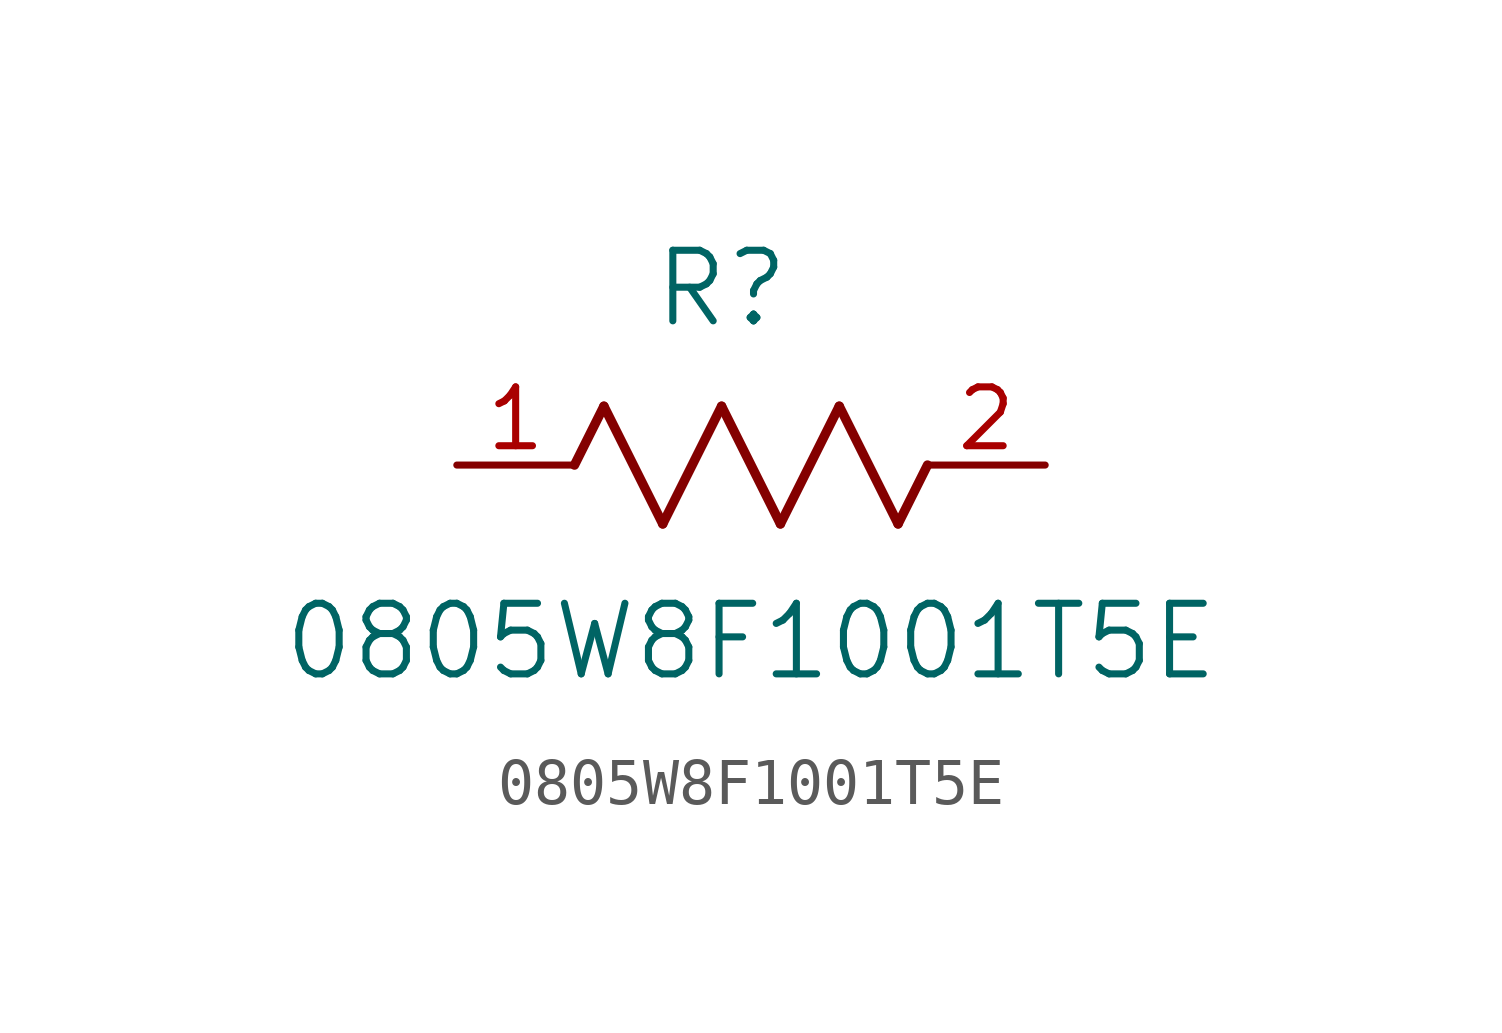
<source format=kicad_sym>
(kicad_symbol_lib
  (version 20211014)
  (generator kicad_symbol_editor)
  (symbol "0805W8F1001T5E"
    (pin_names
      (offset 0.254))
    (property "Reference" "R"
      (at 5.715 3.81 0)
      (effects (font (size 1.524 1.524))))
    (property "Value" "0805W8F1001T5E"
      (at 6.35 -3.81 0)
      (effects (font (size 1.524 1.524))))
    (symbol "0805W8F1001T5E_0_1"
      (polyline (pts (xy 3.175 1.27) (xy 4.445 -1.27)) (stroke (width 0.203) (type default) (color 0 0 0 0)) (fill (type none)))
      (polyline (pts (xy 4.445 -1.27) (xy 5.715 1.27)) (stroke (width 0.203) (type default) (color 0 0 0 0)) (fill (type none)))
      (polyline (pts (xy 5.715 1.27) (xy 6.985 -1.27)) (stroke (width 0.203) (type default) (color 0 0 0 0)) (fill (type none)))
      (polyline (pts (xy 6.985 -1.27) (xy 8.255 1.27)) (stroke (width 0.203) (type default) (color 0 0 0 0)) (fill (type none)))
      (polyline (pts (xy 8.255 1.27) (xy 9.525 -1.27)) (stroke (width 0.203) (type default) (color 0 0 0 0)) (fill (type none)))
      (polyline (pts (xy 2.54 0) (xy 3.175 1.27)) (stroke (width 0.203) (type default) (color 0 0 0 0)) (fill (type none)))
      (polyline (pts (xy 9.525 -1.27) (xy 10.16 0)) (stroke (width 0.203) (type default) (color 0 0 0 0)) (fill (type none)))
      (pin unspecified line (at 0 0 0) (length 2.54) (name "" (effects (font (size 1.27 1.27)))) (number "1" (effects (font (size 1.27 1.27)))))
      (pin unspecified line (at 12.7 0 180) (length 2.54) (name "" (effects (font (size 1.27 1.27)))) (number "2" (effects (font (size 1.27 1.27))))))))
</source>
